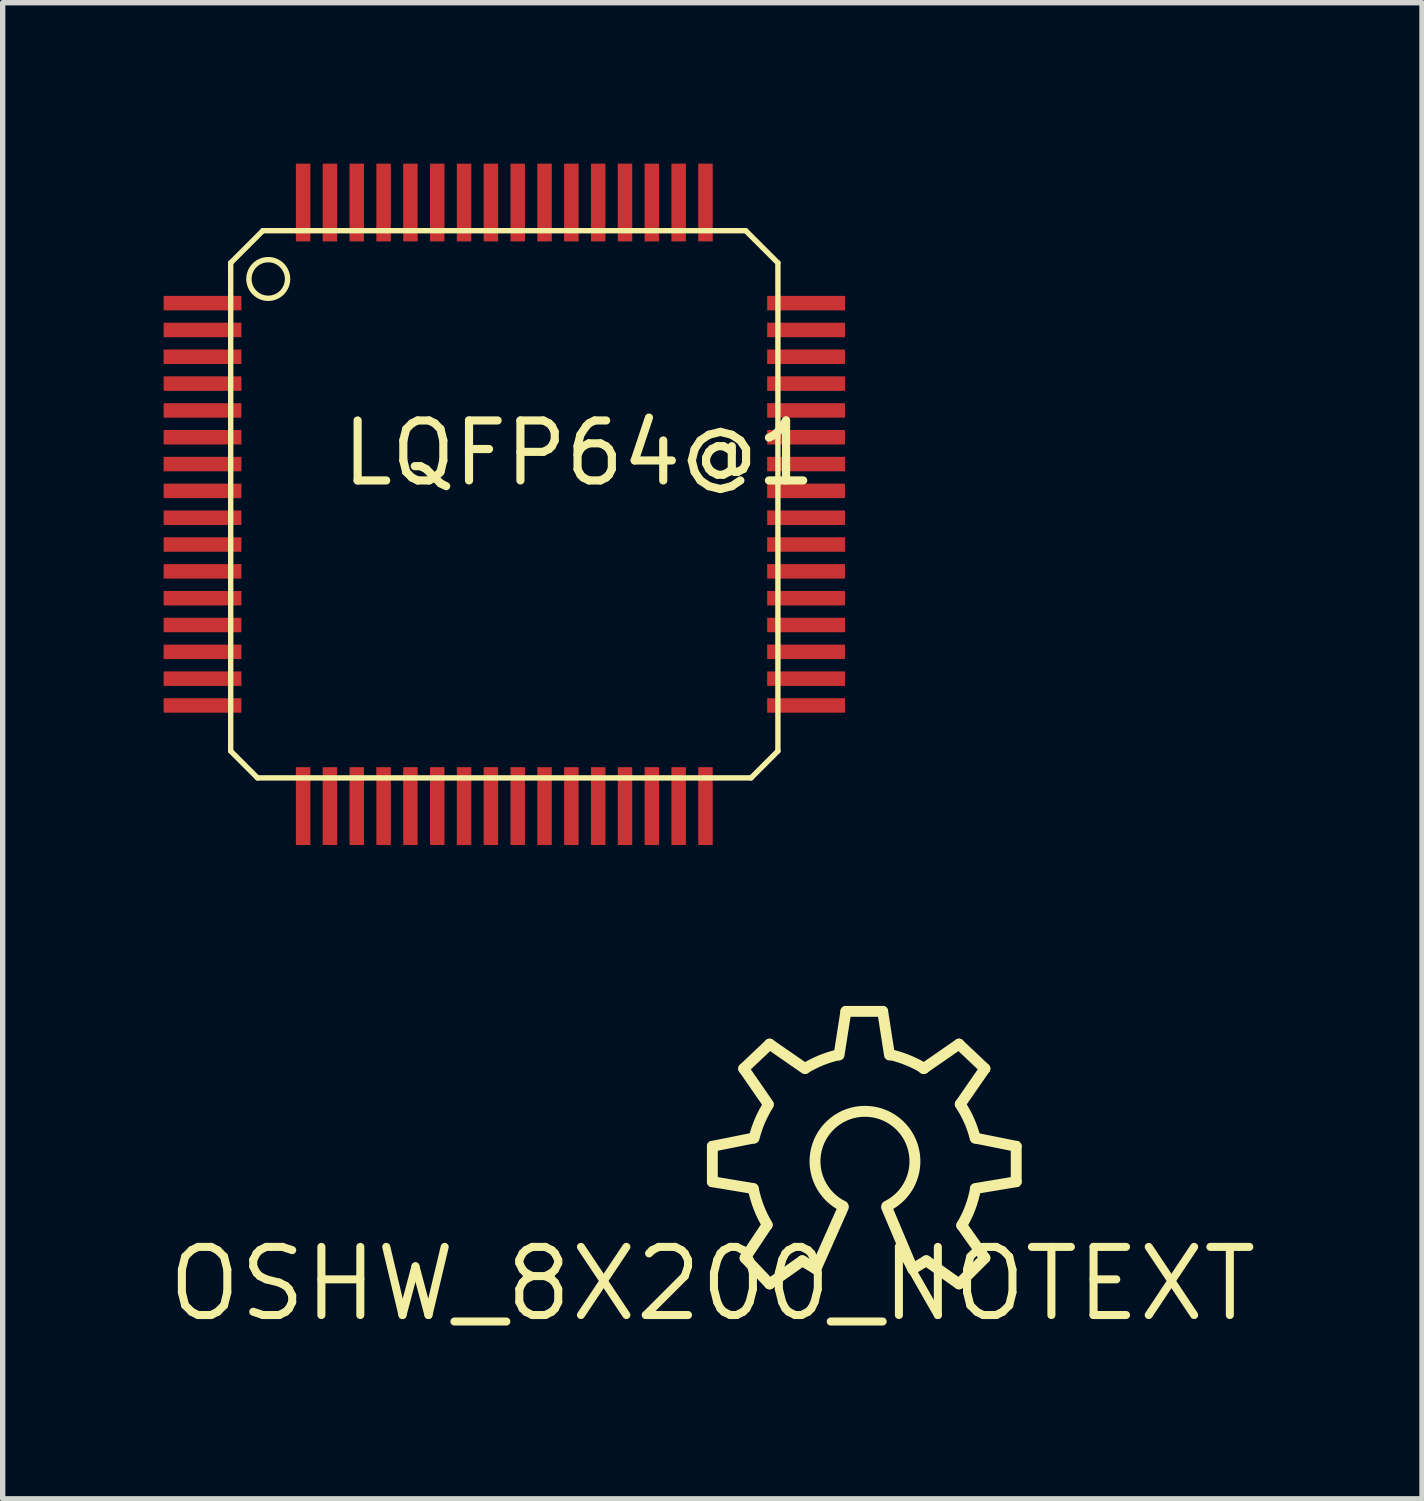
<source format=kicad_pcb>
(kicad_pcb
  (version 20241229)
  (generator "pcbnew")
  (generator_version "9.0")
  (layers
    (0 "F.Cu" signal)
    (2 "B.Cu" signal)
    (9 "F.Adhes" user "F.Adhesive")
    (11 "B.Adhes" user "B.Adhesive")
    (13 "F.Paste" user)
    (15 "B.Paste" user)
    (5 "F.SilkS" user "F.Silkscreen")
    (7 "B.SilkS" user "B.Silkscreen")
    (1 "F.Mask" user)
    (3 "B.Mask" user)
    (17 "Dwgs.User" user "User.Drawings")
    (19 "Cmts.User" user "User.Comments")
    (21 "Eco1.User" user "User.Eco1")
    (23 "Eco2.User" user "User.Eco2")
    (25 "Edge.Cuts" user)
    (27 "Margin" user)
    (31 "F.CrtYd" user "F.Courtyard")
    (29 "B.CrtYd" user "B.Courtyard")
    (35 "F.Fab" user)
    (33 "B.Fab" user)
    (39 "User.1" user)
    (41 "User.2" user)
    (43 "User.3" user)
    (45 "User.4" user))
  (footprint "LQFP64@1"
    (layer "F.Cu")
    (at 6.35 6.35)
    (property "Reference" "LQFP64@1" (at -3.1 -0.3 0) (layer "F.SilkS") (effects (font (size 1.118 1.118) (thickness 0.152)) (justify left bottom)))
    (fp_line (start -5.1 -4.5) (end -4.5 -5.1) (stroke (width 0.1) (type solid)) (layer "F.SilkS"))
    (fp_line (start -5.1 4.6) (end -5.1 -4.5) (stroke (width 0.1) (type solid)) (layer "F.SilkS"))
    (fp_line (start -4.6 5.1) (end -5.1 4.6) (stroke (width 0.1) (type solid)) (layer "F.SilkS"))
    (fp_line (start -4.5 -5.1) (end 4.5 -5.1) (stroke (width 0.1) (type solid)) (layer "F.SilkS"))
    (fp_line (start 4.5 -5.1) (end 5.1 -4.5) (stroke (width 0.1) (type solid)) (layer "F.SilkS"))
    (fp_line (start 4.6 5.1) (end -4.6 5.1) (stroke (width 0.1) (type solid)) (layer "F.SilkS"))
    (fp_line (start 5.1 -4.5) (end 5.1 4.6) (stroke (width 0.1) (type solid)) (layer "F.SilkS"))
    (fp_line (start 5.1 4.6) (end 4.6 5.1) (stroke (width 0.1) (type solid)) (layer "F.SilkS"))
    (fp_circle (center -4.4 -4.2) (end -4.04 -4.2) (stroke (width 0.1) (type solid)) (fill no) (layer "F.SilkS"))
    (pad "1" smd rect (at -5.625 -3.75 180) (size 1.45 0.27) (layers "F.Cu" "F.Mask" "F.Paste"))
    (pad "2" smd rect (at -5.625 -3.25 180) (size 1.45 0.27) (layers "F.Cu" "F.Mask" "F.Paste"))
    (pad "3" smd rect (at -5.625 -2.75 180) (size 1.45 0.27) (layers "F.Cu" "F.Mask" "F.Paste"))
    (pad "4" smd rect (at -5.625 -2.25 180) (size 1.45 0.27) (layers "F.Cu" "F.Mask" "F.Paste"))
    (pad "5" smd rect (at -5.625 -1.75 180) (size 1.45 0.27) (layers "F.Cu" "F.Mask" "F.Paste"))
    (pad "6" smd rect (at -5.625 -1.25 180) (size 1.45 0.27) (layers "F.Cu" "F.Mask" "F.Paste"))
    (pad "7" smd rect (at -5.625 -0.75 180) (size 1.45 0.27) (layers "F.Cu" "F.Mask" "F.Paste"))
    (pad "8" smd rect (at -5.625 -0.25 180) (size 1.45 0.27) (layers "F.Cu" "F.Mask" "F.Paste"))
    (pad "9" smd rect (at -5.625 0.25 180) (size 1.45 0.27) (layers "F.Cu" "F.Mask" "F.Paste"))
    (pad "10" smd rect (at -5.625 0.75 180) (size 1.45 0.27) (layers "F.Cu" "F.Mask" "F.Paste"))
    (pad "11" smd rect (at -5.625 1.25 180) (size 1.45 0.27) (layers "F.Cu" "F.Mask" "F.Paste"))
    (pad "12" smd rect (at -5.625 1.75 180) (size 1.45 0.27) (layers "F.Cu" "F.Mask" "F.Paste"))
    (pad "13" smd rect (at -5.625 2.25 180) (size 1.45 0.27) (layers "F.Cu" "F.Mask" "F.Paste"))
    (pad "14" smd rect (at -5.625 2.75 180) (size 1.45 0.27) (layers "F.Cu" "F.Mask" "F.Paste"))
    (pad "15" smd rect (at -5.625 3.25 180) (size 1.45 0.27) (layers "F.Cu" "F.Mask" "F.Paste"))
    (pad "16" smd rect (at -5.625 3.75 180) (size 1.45 0.27) (layers "F.Cu" "F.Mask" "F.Paste"))
    (pad "17" smd rect (at -3.75 5.625 90) (size 1.45 0.27) (layers "F.Cu" "F.Mask" "F.Paste"))
    (pad "18" smd rect (at -3.25 5.625 90) (size 1.45 0.27) (layers "F.Cu" "F.Mask" "F.Paste"))
    (pad "19" smd rect (at -2.75 5.625 90) (size 1.45 0.27) (layers "F.Cu" "F.Mask" "F.Paste"))
    (pad "20" smd rect (at -2.25 5.625 90) (size 1.45 0.27) (layers "F.Cu" "F.Mask" "F.Paste"))
    (pad "21" smd rect (at -1.75 5.625 90) (size 1.45 0.27) (layers "F.Cu" "F.Mask" "F.Paste"))
    (pad "22" smd rect (at -1.25 5.625 90) (size 1.45 0.27) (layers "F.Cu" "F.Mask" "F.Paste"))
    (pad "23" smd rect (at -0.75 5.625 90) (size 1.45 0.27) (layers "F.Cu" "F.Mask" "F.Paste"))
    (pad "24" smd rect (at -0.25 5.625 90) (size 1.45 0.27) (layers "F.Cu" "F.Mask" "F.Paste"))
    (pad "25" smd rect (at 0.25 5.625 90) (size 1.45 0.27) (layers "F.Cu" "F.Mask" "F.Paste"))
    (pad "26" smd rect (at 0.75 5.625 90) (size 1.45 0.27) (layers "F.Cu" "F.Mask" "F.Paste"))
    (pad "27" smd rect (at 1.25 5.625 90) (size 1.45 0.27) (layers "F.Cu" "F.Mask" "F.Paste"))
    (pad "28" smd rect (at 1.75 5.625 90) (size 1.45 0.27) (layers "F.Cu" "F.Mask" "F.Paste"))
    (pad "29" smd rect (at 2.25 5.625 90) (size 1.45 0.27) (layers "F.Cu" "F.Mask" "F.Paste"))
    (pad "30" smd rect (at 2.75 5.625 90) (size 1.45 0.27) (layers "F.Cu" "F.Mask" "F.Paste"))
    (pad "31" smd rect (at 3.25 5.625 90) (size 1.45 0.27) (layers "F.Cu" "F.Mask" "F.Paste"))
    (pad "32" smd rect (at 3.75 5.625 90) (size 1.45 0.27) (layers "F.Cu" "F.Mask" "F.Paste"))
    (pad "33" smd rect (at 5.625 3.75 180) (size 1.45 0.27) (layers "F.Cu" "F.Mask" "F.Paste"))
    (pad "34" smd rect (at 5.625 3.25 180) (size 1.45 0.27) (layers "F.Cu" "F.Mask" "F.Paste"))
    (pad "35" smd rect (at 5.625 2.75 180) (size 1.45 0.27) (layers "F.Cu" "F.Mask" "F.Paste"))
    (pad "36" smd rect (at 5.625 2.25 180) (size 1.45 0.27) (layers "F.Cu" "F.Mask" "F.Paste"))
    (pad "37" smd rect (at 5.625 1.75 180) (size 1.45 0.27) (layers "F.Cu" "F.Mask" "F.Paste"))
    (pad "38" smd rect (at 5.625 1.25 180) (size 1.45 0.27) (layers "F.Cu" "F.Mask" "F.Paste"))
    (pad "39" smd rect (at 5.625 0.75 180) (size 1.45 0.27) (layers "F.Cu" "F.Mask" "F.Paste"))
    (pad "40" smd rect (at 5.625 0.25 180) (size 1.45 0.27) (layers "F.Cu" "F.Mask" "F.Paste"))
    (pad "41" smd rect (at 5.625 -0.25 180) (size 1.45 0.27) (layers "F.Cu" "F.Mask" "F.Paste"))
    (pad "42" smd rect (at 5.625 -0.75 180) (size 1.45 0.27) (layers "F.Cu" "F.Mask" "F.Paste"))
    (pad "43" smd rect (at 5.625 -1.25 180) (size 1.45 0.27) (layers "F.Cu" "F.Mask" "F.Paste"))
    (pad "44" smd rect (at 5.625 -1.75 180) (size 1.45 0.27) (layers "F.Cu" "F.Mask" "F.Paste"))
    (pad "45" smd rect (at 5.625 -2.25 180) (size 1.45 0.27) (layers "F.Cu" "F.Mask" "F.Paste"))
    (pad "46" smd rect (at 5.625 -2.75 180) (size 1.45 0.27) (layers "F.Cu" "F.Mask" "F.Paste"))
    (pad "47" smd rect (at 5.625 -3.25 180) (size 1.45 0.27) (layers "F.Cu" "F.Mask" "F.Paste"))
    (pad "48" smd rect (at 5.625 -3.75 180) (size 1.45 0.27) (layers "F.Cu" "F.Mask" "F.Paste"))
    (pad "49" smd rect (at 3.75 -5.625 90) (size 1.45 0.27) (layers "F.Cu" "F.Mask" "F.Paste"))
    (pad "50" smd rect (at 3.25 -5.625 90) (size 1.45 0.27) (layers "F.Cu" "F.Mask" "F.Paste"))
    (pad "51" smd rect (at 2.75 -5.625 90) (size 1.45 0.27) (layers "F.Cu" "F.Mask" "F.Paste"))
    (pad "52" smd rect (at 2.25 -5.625 90) (size 1.45 0.27) (layers "F.Cu" "F.Mask" "F.Paste"))
    (pad "53" smd rect (at 1.75 -5.625 90) (size 1.45 0.27) (layers "F.Cu" "F.Mask" "F.Paste"))
    (pad "54" smd rect (at 1.25 -5.625 90) (size 1.45 0.27) (layers "F.Cu" "F.Mask" "F.Paste"))
    (pad "55" smd rect (at 0.75 -5.625 90) (size 1.45 0.27) (layers "F.Cu" "F.Mask" "F.Paste"))
    (pad "56" smd rect (at 0.25 -5.625 90) (size 1.45 0.27) (layers "F.Cu" "F.Mask" "F.Paste"))
    (pad "57" smd rect (at -0.25 -5.625 90) (size 1.45 0.27) (layers "F.Cu" "F.Mask" "F.Paste"))
    (pad "58" smd rect (at -0.75 -5.625 90) (size 1.45 0.27) (layers "F.Cu" "F.Mask" "F.Paste"))
    (pad "59" smd rect (at -1.25 -5.625 90) (size 1.45 0.27) (layers "F.Cu" "F.Mask" "F.Paste"))
    (pad "60" smd rect (at -1.75 -5.625 90) (size 1.45 0.27) (layers "F.Cu" "F.Mask" "F.Paste"))
    (pad "61" smd rect (at -2.25 -5.625 90) (size 1.45 0.27) (layers "F.Cu" "F.Mask" "F.Paste"))
    (pad "62" smd rect (at -2.75 -5.625 90) (size 1.45 0.27) (layers "F.Cu" "F.Mask" "F.Paste"))
    (pad "63" smd rect (at -3.25 -5.625 90) (size 1.45 0.27) (layers "F.Cu" "F.Mask" "F.Paste"))
    (pad "64" smd rect (at -3.75 -5.625 90) (size 1.45 0.27) (layers "F.Cu" "F.Mask" "F.Paste")))
  (footprint "OSHW_8X200_NOTEXT"
    (layer "F.Cu")
    (at 10.228 20.882)
    (property "Reference" "OSHW_8X200_NOTEXT" (at 0 0 0) (layer "F.SilkS") (effects (font (size 1.27 1.27) (thickness 0.15))))
    (fp_line (start 0 -2.565) (end 0.762 -2.718) (stroke (width 0.203) (type solid)) (layer "F.SilkS"))
    (fp_line (start 0 -1.905) (end 0 -2.565) (stroke (width 0.203) (type solid)) (layer "F.SilkS"))
    (fp_line (start 0.584 -4.013) (end 1.067 -4.47) (stroke (width 0.203) (type solid)) (layer "F.SilkS"))
    (fp_line (start 0.61 -0.483) (end 1.016 -1.092) (stroke (width 0.203) (type solid)) (layer "F.SilkS"))
    (fp_line (start 0.762 -1.778) (end 0 -1.905) (stroke (width 0.203) (type solid)) (layer "F.SilkS"))
    (fp_line (start 1.041 -3.353) (end 0.584 -4.013) (stroke (width 0.203) (type solid)) (layer "F.SilkS"))
    (fp_line (start 1.067 -4.47) (end 1.727 -4.013) (stroke (width 0.203) (type solid)) (layer "F.SilkS"))
    (fp_line (start 1.067 0) (end 0.61 -0.483) (stroke (width 0.203) (type solid)) (layer "F.SilkS"))
    (fp_line (start 1.676 -0.432) (end 1.067 0) (stroke (width 0.203) (type solid)) (layer "F.SilkS"))
    (fp_line (start 1.93 -0.279) (end 1.676 -0.432) (stroke (width 0.203) (type solid)) (layer "F.SilkS"))
    (fp_line (start 2.362 -4.267) (end 2.489 -5.08) (stroke (width 0.203) (type solid)) (layer "F.SilkS"))
    (fp_line (start 2.438 -1.422) (end 1.93 -0.279) (stroke (width 0.203) (type solid)) (layer "F.SilkS"))
    (fp_line (start 2.489 -5.08) (end 3.175 -5.08) (stroke (width 0.203) (type solid)) (layer "F.SilkS"))
    (fp_line (start 3.175 -5.08) (end 3.302 -4.267) (stroke (width 0.203) (type solid)) (layer "F.SilkS"))
    (fp_line (start 3.734 -0.279) (end 3.251 -1.422) (stroke (width 0.203) (type solid)) (layer "F.SilkS"))
    (fp_line (start 3.937 -4.013) (end 4.597 -4.47) (stroke (width 0.203) (type solid)) (layer "F.SilkS"))
    (fp_line (start 3.988 -0.432) (end 3.734 -0.279) (stroke (width 0.203) (type solid)) (layer "F.SilkS"))
    (fp_line (start 4.597 -4.47) (end 5.08 -4.013) (stroke (width 0.203) (type solid)) (layer "F.SilkS"))
    (fp_line (start 4.597 0) (end 3.988 -0.432) (stroke (width 0.203) (type solid)) (layer "F.SilkS"))
    (fp_line (start 4.648 -1.092) (end 5.08 -0.483) (stroke (width 0.203) (type solid)) (layer "F.SilkS"))
    (fp_line (start 4.902 -2.718) (end 5.664 -2.565) (stroke (width 0.203) (type solid)) (layer "F.SilkS"))
    (fp_line (start 5.08 -4.013) (end 4.623 -3.353) (stroke (width 0.203) (type solid)) (layer "F.SilkS"))
    (fp_line (start 5.08 -0.483) (end 4.597 0) (stroke (width 0.203) (type solid)) (layer "F.SilkS"))
    (fp_line (start 5.664 -2.565) (end 5.664 -1.905) (stroke (width 0.203) (type solid)) (layer "F.SilkS"))
    (fp_line (start 5.664 -1.905) (end 4.902 -1.778) (stroke (width 0.203) (type solid)) (layer "F.SilkS"))
    (fp_arc (start 0.7779 -2.7179) (mid 0.885744 -3.039218) (end 1.0435 -3.3392) (stroke (width 0.2032) (type solid)) (layer "F.SilkS"))
    (fp_arc (start 1.0245 -1.1004) (mid 0.865117 -1.425978) (end 0.7637 -1.774) (stroke (width 0.2032) (type solid)) (layer "F.SilkS"))
    (fp_arc (start 1.736 -4.0223) (mid 2.029987 -4.16927) (end 2.3432 -4.2689) (stroke (width 0.2032) (type solid)) (layer "F.SilkS"))
    (fp_arc (start 2.4384 -1.4478) (mid 2.8448 -3.217524) (end 3.251199 -1.4478) (stroke (width 0.2032) (type solid)) (layer "F.SilkS"))
    (fp_arc (start 3.3155 -4.2736) (mid 3.64128 -4.170999) (end 3.9464 -4.0175) (stroke (width 0.2032) (type solid)) (layer "F.SilkS"))
    (fp_arc (start 4.6199 -3.3487) (mid 4.786428 -3.045111) (end 4.8997 -2.7179) (stroke (width 0.2032) (type solid)) (layer "F.SilkS"))
    (fp_arc (start 4.9045 -1.7692) (mid 4.806636 -1.418653) (end 4.6484 -1.0909) (stroke (width 0.2032) (type solid)) (layer "F.SilkS")))
  (gr_rect
    (start -3 -3)
    (end 23.456 24.888)
    (stroke (width 0.1) (type default))
    (fill no)
    (layer "Edge.Cuts")))
</source>
